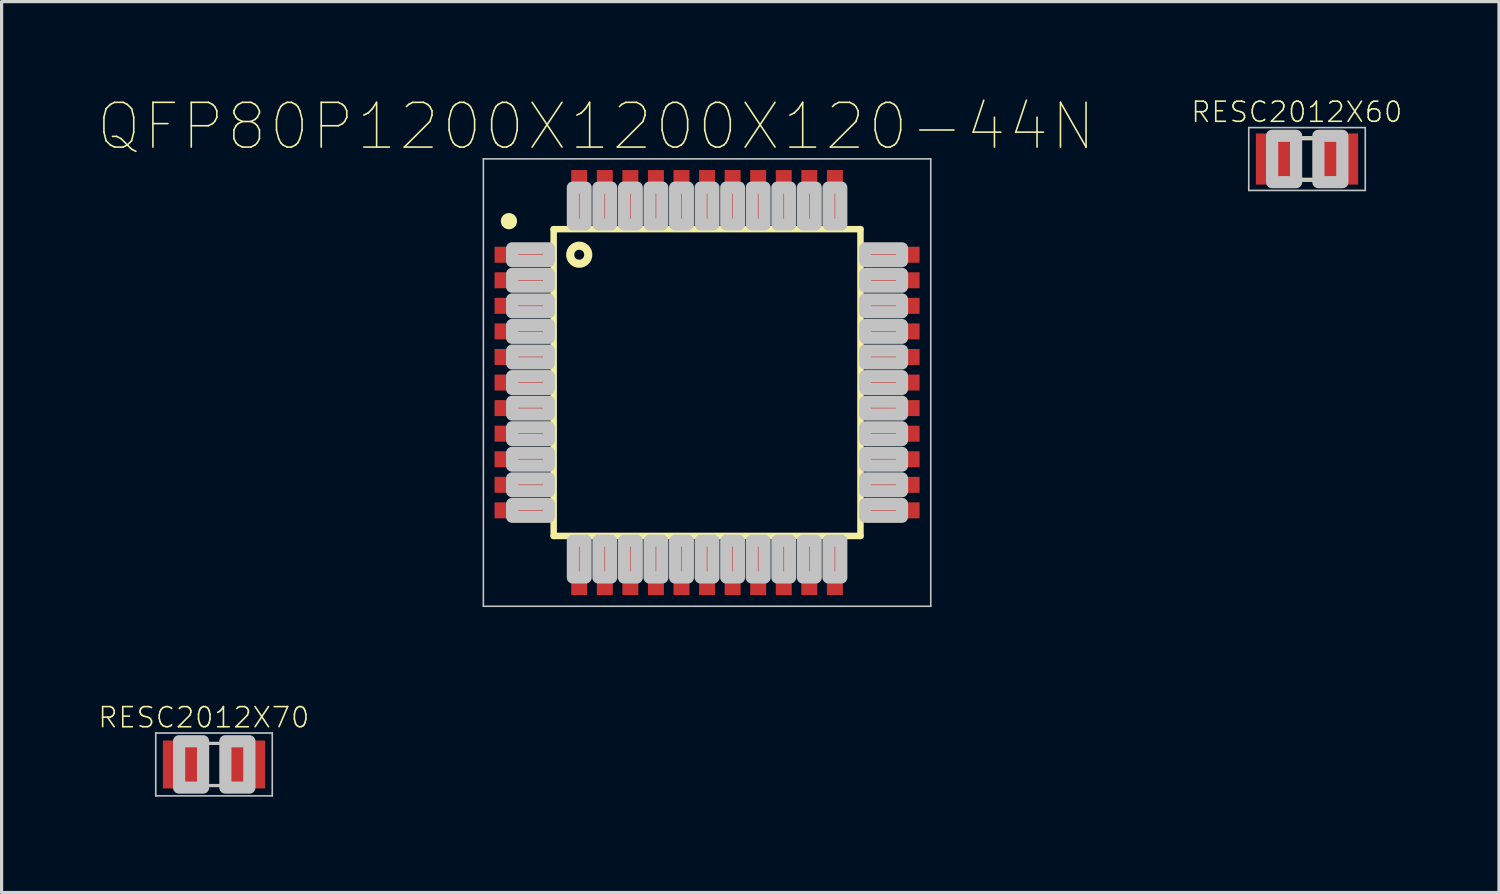
<source format=kicad_pcb>
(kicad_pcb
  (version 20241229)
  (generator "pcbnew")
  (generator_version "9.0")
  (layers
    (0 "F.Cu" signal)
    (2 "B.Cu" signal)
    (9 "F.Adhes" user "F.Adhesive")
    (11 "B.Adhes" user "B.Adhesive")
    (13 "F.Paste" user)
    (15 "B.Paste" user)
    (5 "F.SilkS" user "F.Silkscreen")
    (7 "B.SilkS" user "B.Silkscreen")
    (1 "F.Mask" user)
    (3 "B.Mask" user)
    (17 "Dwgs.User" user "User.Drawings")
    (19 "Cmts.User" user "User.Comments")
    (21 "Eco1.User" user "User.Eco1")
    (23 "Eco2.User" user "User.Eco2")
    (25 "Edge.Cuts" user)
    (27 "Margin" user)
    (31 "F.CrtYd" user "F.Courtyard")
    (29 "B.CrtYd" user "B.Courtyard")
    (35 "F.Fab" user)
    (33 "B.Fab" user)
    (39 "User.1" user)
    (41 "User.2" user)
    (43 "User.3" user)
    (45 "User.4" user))
  (footprint "RESC2012X70"
    (layer "F.Cu")
    (at 3.647 20.872)
    (property "Reference" "RESC2012X70" (at -0.32 -1.47 0) (layer "F.SilkS") (effects (font (size 0.63 0.63) (thickness 0.05))))
    (attr smd)
    (fp_line (start -1.823 -0.983) (end 1.823 -0.983) (stroke (width 0.051) (type solid)) (layer "Dwgs.User"))
    (fp_line (start -1.823 0.983) (end -1.823 -0.983) (stroke (width 0.051) (type solid)) (layer "Dwgs.User"))
    (fp_line (start -0.381 -0.66) (end 0.381 -0.66) (stroke (width 0.102) (type solid)) (layer "Dwgs.User"))
    (fp_line (start -0.356 0.66) (end 0.381 0.66) (stroke (width 0.102) (type solid)) (layer "Dwgs.User"))
    (fp_line (start 1.823 -0.983) (end 1.823 0.983) (stroke (width 0.051) (type solid)) (layer "Dwgs.User"))
    (fp_line (start 1.823 0.983) (end -1.823 0.983) (stroke (width 0.051) (type solid)) (layer "Dwgs.User"))
    (fp_poly (pts (xy -1.092 -0.726) (xy -0.342 -0.726) (xy -0.342 0.724) (xy -1.092 0.724)) (stroke (width 0.381) (type solid)) (fill no) (layer "Dwgs.User"))
    (fp_poly (pts (xy 0.356 -0.726) (xy 1.106 -0.726) (xy 1.106 0.724) (xy 0.356 0.724)) (stroke (width 0.381) (type solid)) (fill no) (layer "Dwgs.User"))
    (pad "1" smd rect (at -0.95 0) (size 1.3 1.5) (layers "F.Cu" "F.Mask" "F.Paste"))
    (pad "2" smd rect (at 0.95 0) (size 1.3 1.5) (layers "F.Cu" "F.Mask" "F.Paste")))
  (footprint "RESC2012X60"
    (layer "F.Cu")
    (at 37.85 1.926)
    (property "Reference" "RESC2012X60" (at -0.32 -1.47 0) (layer "F.SilkS") (effects (font (size 0.63 0.63) (thickness 0.05))))
    (attr smd)
    (fp_line (start -0.15 -0.65) (end 0.15 -0.65) (stroke (width 0.127) (type solid)) (layer "F.SilkS"))
    (fp_line (start -0.15 0.65) (end 0.15 0.65) (stroke (width 0.127) (type solid)) (layer "F.SilkS"))
    (fp_line (start -1.823 -0.983) (end 1.823 -0.983) (stroke (width 0.051) (type solid)) (layer "Dwgs.User"))
    (fp_line (start -1.823 0.983) (end -1.823 -0.983) (stroke (width 0.051) (type solid)) (layer "Dwgs.User"))
    (fp_line (start -0.381 -0.66) (end 0.381 -0.66) (stroke (width 0.102) (type solid)) (layer "Dwgs.User"))
    (fp_line (start -0.356 0.66) (end 0.381 0.66) (stroke (width 0.102) (type solid)) (layer "Dwgs.User"))
    (fp_line (start 1.823 -0.983) (end 1.823 0.983) (stroke (width 0.051) (type solid)) (layer "Dwgs.User"))
    (fp_line (start 1.823 0.983) (end -1.823 0.983) (stroke (width 0.051) (type solid)) (layer "Dwgs.User"))
    (fp_poly (pts (xy -1.092 -0.726) (xy -0.342 -0.726) (xy -0.342 0.724) (xy -1.092 0.724)) (stroke (width 0.381) (type solid)) (fill no) (layer "Dwgs.User"))
    (fp_poly (pts (xy 0.356 -0.726) (xy 1.106 -0.726) (xy 1.106 0.724) (xy 0.356 0.724)) (stroke (width 0.381) (type solid)) (fill no) (layer "Dwgs.User"))
    (pad "1" smd rect (at -0.95 0) (size 1.3 1.6) (layers "F.Cu" "F.Mask" "F.Paste"))
    (pad "2" smd rect (at 0.95 0) (size 1.3 1.6) (layers "F.Cu" "F.Mask" "F.Paste")))
  (footprint "QFP80P1200X1200X120-44N"
    (layer "F.Cu")
    (at 19.076 8.921)
    (property "Reference" "QFP80P1200X1200X120-44N" (at -3.474 -8.014 0) (layer "F.SilkS") (effects (font (size 1.4 1.4) (thickness 0.05))))
    (attr smd)
    (fp_line (start -4.8 -4.8) (end 4.8 -4.8) (stroke (width 0.203) (type solid)) (layer "F.SilkS"))
    (fp_line (start -4.8 4.8) (end -4.8 -4.8) (stroke (width 0.203) (type solid)) (layer "F.SilkS"))
    (fp_line (start 4.8 -4.8) (end 4.8 4.8) (stroke (width 0.203) (type solid)) (layer "F.SilkS"))
    (fp_line (start 4.8 4.8) (end -4.8 4.8) (stroke (width 0.203) (type solid)) (layer "F.SilkS"))
    (fp_circle (center -6.2 -5.05) (end -5.946 -5.05) (stroke (width 0) (type solid)) (fill yes) (layer "F.SilkS"))
    (fp_circle (center -4 -4) (end -3.717 -4) (stroke (width 0.254) (type solid)) (fill no) (layer "F.SilkS"))
    (fp_line (start -7 -7) (end 7 -7) (stroke (width 0.05) (type solid)) (layer "Dwgs.User"))
    (fp_line (start -7 7) (end -7 -7) (stroke (width 0.05) (type solid)) (layer "Dwgs.User"))
    (fp_line (start 7 -7) (end 7 7) (stroke (width 0.05) (type solid)) (layer "Dwgs.User"))
    (fp_line (start 7 7) (end -7 7) (stroke (width 0.05) (type solid)) (layer "Dwgs.User"))
    (fp_poly (pts (xy -6.1 -4.2) (xy -4.95 -4.2) (xy -4.95 -3.8) (xy -6.1 -3.8)) (stroke (width 0.381) (type solid)) (fill no) (layer "Dwgs.User"))
    (fp_poly (pts (xy -6.1 -3.4) (xy -4.95 -3.4) (xy -4.95 -3) (xy -6.1 -3)) (stroke (width 0.381) (type solid)) (fill no) (layer "Dwgs.User"))
    (fp_poly (pts (xy -6.1 -2.6) (xy -4.95 -2.6) (xy -4.95 -2.2) (xy -6.1 -2.2)) (stroke (width 0.381) (type solid)) (fill no) (layer "Dwgs.User"))
    (fp_poly (pts (xy -6.1 -1.8) (xy -4.95 -1.8) (xy -4.95 -1.4) (xy -6.1 -1.4)) (stroke (width 0.381) (type solid)) (fill no) (layer "Dwgs.User"))
    (fp_poly (pts (xy -6.1 -1) (xy -4.95 -1) (xy -4.95 -0.6) (xy -6.1 -0.6)) (stroke (width 0.381) (type solid)) (fill no) (layer "Dwgs.User"))
    (fp_poly (pts (xy -6.1 -0.2) (xy -4.95 -0.2) (xy -4.95 0.2) (xy -6.1 0.2)) (stroke (width 0.381) (type solid)) (fill no) (layer "Dwgs.User"))
    (fp_poly (pts (xy -6.1 0.6) (xy -4.95 0.6) (xy -4.95 1) (xy -6.1 1)) (stroke (width 0.381) (type solid)) (fill no) (layer "Dwgs.User"))
    (fp_poly (pts (xy -6.1 1.4) (xy -4.95 1.4) (xy -4.95 1.8) (xy -6.1 1.8)) (stroke (width 0.381) (type solid)) (fill no) (layer "Dwgs.User"))
    (fp_poly (pts (xy -6.1 2.2) (xy -4.95 2.2) (xy -4.95 2.6) (xy -6.1 2.6)) (stroke (width 0.381) (type solid)) (fill no) (layer "Dwgs.User"))
    (fp_poly (pts (xy -6.1 3) (xy -4.95 3) (xy -4.95 3.4) (xy -6.1 3.4)) (stroke (width 0.381) (type solid)) (fill no) (layer "Dwgs.User"))
    (fp_poly (pts (xy -6.1 3.8) (xy -4.95 3.8) (xy -4.95 4.2) (xy -6.1 4.2)) (stroke (width 0.381) (type solid)) (fill no) (layer "Dwgs.User"))
    (fp_poly (pts (xy -4.2 -6.1) (xy -3.8 -6.1) (xy -3.8 -4.95) (xy -4.2 -4.95)) (stroke (width 0.381) (type solid)) (fill no) (layer "Dwgs.User"))
    (fp_poly (pts (xy -4.2 4.95) (xy -3.8 4.95) (xy -3.8 6.1) (xy -4.2 6.1)) (stroke (width 0.381) (type solid)) (fill no) (layer "Dwgs.User"))
    (fp_poly (pts (xy -3.4 -6.1) (xy -3 -6.1) (xy -3 -4.95) (xy -3.4 -4.95)) (stroke (width 0.381) (type solid)) (fill no) (layer "Dwgs.User"))
    (fp_poly (pts (xy -3.4 4.95) (xy -3 4.95) (xy -3 6.1) (xy -3.4 6.1)) (stroke (width 0.381) (type solid)) (fill no) (layer "Dwgs.User"))
    (fp_poly (pts (xy -2.6 -6.1) (xy -2.2 -6.1) (xy -2.2 -4.95) (xy -2.6 -4.95)) (stroke (width 0.381) (type solid)) (fill no) (layer "Dwgs.User"))
    (fp_poly (pts (xy -2.6 4.95) (xy -2.2 4.95) (xy -2.2 6.1) (xy -2.6 6.1)) (stroke (width 0.381) (type solid)) (fill no) (layer "Dwgs.User"))
    (fp_poly (pts (xy -1.8 -6.1) (xy -1.4 -6.1) (xy -1.4 -4.95) (xy -1.8 -4.95)) (stroke (width 0.381) (type solid)) (fill no) (layer "Dwgs.User"))
    (fp_poly (pts (xy -1.8 4.95) (xy -1.4 4.95) (xy -1.4 6.1) (xy -1.8 6.1)) (stroke (width 0.381) (type solid)) (fill no) (layer "Dwgs.User"))
    (fp_poly (pts (xy -1 -6.1) (xy -0.6 -6.1) (xy -0.6 -4.95) (xy -1 -4.95)) (stroke (width 0.381) (type solid)) (fill no) (layer "Dwgs.User"))
    (fp_poly (pts (xy -1 4.95) (xy -0.6 4.95) (xy -0.6 6.1) (xy -1 6.1)) (stroke (width 0.381) (type solid)) (fill no) (layer "Dwgs.User"))
    (fp_poly (pts (xy -0.2 -6.1) (xy 0.2 -6.1) (xy 0.2 -4.95) (xy -0.2 -4.95)) (stroke (width 0.381) (type solid)) (fill no) (layer "Dwgs.User"))
    (fp_poly (pts (xy -0.2 4.95) (xy 0.2 4.95) (xy 0.2 6.1) (xy -0.2 6.1)) (stroke (width 0.381) (type solid)) (fill no) (layer "Dwgs.User"))
    (fp_poly (pts (xy 0.6 -6.1) (xy 1 -6.1) (xy 1 -4.95) (xy 0.6 -4.95)) (stroke (width 0.381) (type solid)) (fill no) (layer "Dwgs.User"))
    (fp_poly (pts (xy 0.6 4.95) (xy 1 4.95) (xy 1 6.1) (xy 0.6 6.1)) (stroke (width 0.381) (type solid)) (fill no) (layer "Dwgs.User"))
    (fp_poly (pts (xy 1.4 -6.1) (xy 1.8 -6.1) (xy 1.8 -4.95) (xy 1.4 -4.95)) (stroke (width 0.381) (type solid)) (fill no) (layer "Dwgs.User"))
    (fp_poly (pts (xy 1.4 4.95) (xy 1.8 4.95) (xy 1.8 6.1) (xy 1.4 6.1)) (stroke (width 0.381) (type solid)) (fill no) (layer "Dwgs.User"))
    (fp_poly (pts (xy 2.2 -6.1) (xy 2.6 -6.1) (xy 2.6 -4.95) (xy 2.2 -4.95)) (stroke (width 0.381) (type solid)) (fill no) (layer "Dwgs.User"))
    (fp_poly (pts (xy 2.2 4.95) (xy 2.6 4.95) (xy 2.6 6.1) (xy 2.2 6.1)) (stroke (width 0.381) (type solid)) (fill no) (layer "Dwgs.User"))
    (fp_poly (pts (xy 3 -6.1) (xy 3.4 -6.1) (xy 3.4 -4.95) (xy 3 -4.95)) (stroke (width 0.381) (type solid)) (fill no) (layer "Dwgs.User"))
    (fp_poly (pts (xy 3 4.95) (xy 3.4 4.95) (xy 3.4 6.1) (xy 3 6.1)) (stroke (width 0.381) (type solid)) (fill no) (layer "Dwgs.User"))
    (fp_poly (pts (xy 3.8 -6.1) (xy 4.2 -6.1) (xy 4.2 -4.95) (xy 3.8 -4.95)) (stroke (width 0.381) (type solid)) (fill no) (layer "Dwgs.User"))
    (fp_poly (pts (xy 3.8 4.95) (xy 4.2 4.95) (xy 4.2 6.1) (xy 3.8 6.1)) (stroke (width 0.381) (type solid)) (fill no) (layer "Dwgs.User"))
    (fp_poly (pts (xy 4.95 -4.2) (xy 6.1 -4.2) (xy 6.1 -3.8) (xy 4.95 -3.8)) (stroke (width 0.381) (type solid)) (fill no) (layer "Dwgs.User"))
    (fp_poly (pts (xy 4.95 -3.4) (xy 6.1 -3.4) (xy 6.1 -3) (xy 4.95 -3)) (stroke (width 0.381) (type solid)) (fill no) (layer "Dwgs.User"))
    (fp_poly (pts (xy 4.95 -2.6) (xy 6.1 -2.6) (xy 6.1 -2.2) (xy 4.95 -2.2)) (stroke (width 0.381) (type solid)) (fill no) (layer "Dwgs.User"))
    (fp_poly (pts (xy 4.95 -1.8) (xy 6.1 -1.8) (xy 6.1 -1.4) (xy 4.95 -1.4)) (stroke (width 0.381) (type solid)) (fill no) (layer "Dwgs.User"))
    (fp_poly (pts (xy 4.95 -1) (xy 6.1 -1) (xy 6.1 -0.6) (xy 4.95 -0.6)) (stroke (width 0.381) (type solid)) (fill no) (layer "Dwgs.User"))
    (fp_poly (pts (xy 4.95 -0.2) (xy 6.1 -0.2) (xy 6.1 0.2) (xy 4.95 0.2)) (stroke (width 0.381) (type solid)) (fill no) (layer "Dwgs.User"))
    (fp_poly (pts (xy 4.95 0.6) (xy 6.1 0.6) (xy 6.1 1) (xy 4.95 1)) (stroke (width 0.381) (type solid)) (fill no) (layer "Dwgs.User"))
    (fp_poly (pts (xy 4.95 1.4) (xy 6.1 1.4) (xy 6.1 1.8) (xy 4.95 1.8)) (stroke (width 0.381) (type solid)) (fill no) (layer "Dwgs.User"))
    (fp_poly (pts (xy 4.95 2.2) (xy 6.1 2.2) (xy 6.1 2.6) (xy 4.95 2.6)) (stroke (width 0.381) (type solid)) (fill no) (layer "Dwgs.User"))
    (fp_poly (pts (xy 4.95 3) (xy 6.1 3) (xy 6.1 3.4) (xy 4.95 3.4)) (stroke (width 0.381) (type solid)) (fill no) (layer "Dwgs.User"))
    (fp_poly (pts (xy 4.95 3.8) (xy 6.1 3.8) (xy 6.1 4.2) (xy 4.95 4.2)) (stroke (width 0.381) (type solid)) (fill no) (layer "Dwgs.User"))
    (pad "1" smd rect (at -5.9 -4) (size 1.5 0.5) (layers "F.Cu" "F.Mask" "F.Paste"))
    (pad "2" smd rect (at -5.9 -3.2) (size 1.5 0.5) (layers "F.Cu" "F.Mask" "F.Paste"))
    (pad "3" smd rect (at -5.9 -2.4) (size 1.5 0.5) (layers "F.Cu" "F.Mask" "F.Paste"))
    (pad "4" smd rect (at -5.9 -1.6) (size 1.5 0.5) (layers "F.Cu" "F.Mask" "F.Paste"))
    (pad "5" smd rect (at -5.9 -0.8) (size 1.5 0.5) (layers "F.Cu" "F.Mask" "F.Paste"))
    (pad "6" smd rect (at -5.9 0) (size 1.5 0.5) (layers "F.Cu" "F.Mask" "F.Paste"))
    (pad "7" smd rect (at -5.9 0.8) (size 1.5 0.5) (layers "F.Cu" "F.Mask" "F.Paste"))
    (pad "8" smd rect (at -5.9 1.6) (size 1.5 0.5) (layers "F.Cu" "F.Mask" "F.Paste"))
    (pad "9" smd rect (at -5.9 2.4) (size 1.5 0.5) (layers "F.Cu" "F.Mask" "F.Paste"))
    (pad "10" smd rect (at -5.9 3.2) (size 1.5 0.5) (layers "F.Cu" "F.Mask" "F.Paste"))
    (pad "11" smd rect (at -5.9 4) (size 1.5 0.5) (layers "F.Cu" "F.Mask" "F.Paste"))
    (pad "12" smd rect (at -4 5.9) (size 0.5 1.5) (layers "F.Cu" "F.Mask" "F.Paste"))
    (pad "13" smd rect (at -3.2 5.9) (size 0.5 1.5) (layers "F.Cu" "F.Mask" "F.Paste"))
    (pad "14" smd rect (at -2.4 5.9) (size 0.5 1.5) (layers "F.Cu" "F.Mask" "F.Paste"))
    (pad "15" smd rect (at -1.6 5.9) (size 0.5 1.5) (layers "F.Cu" "F.Mask" "F.Paste"))
    (pad "16" smd rect (at -0.8 5.9) (size 0.5 1.5) (layers "F.Cu" "F.Mask" "F.Paste"))
    (pad "17" smd rect (at 0 5.9) (size 0.5 1.5) (layers "F.Cu" "F.Mask" "F.Paste"))
    (pad "18" smd rect (at 0.8 5.9) (size 0.5 1.5) (layers "F.Cu" "F.Mask" "F.Paste"))
    (pad "19" smd rect (at 1.6 5.9) (size 0.5 1.5) (layers "F.Cu" "F.Mask" "F.Paste"))
    (pad "20" smd rect (at 2.4 5.9) (size 0.5 1.5) (layers "F.Cu" "F.Mask" "F.Paste"))
    (pad "21" smd rect (at 3.2 5.9) (size 0.5 1.5) (layers "F.Cu" "F.Mask" "F.Paste"))
    (pad "22" smd rect (at 4 5.9) (size 0.5 1.5) (layers "F.Cu" "F.Mask" "F.Paste"))
    (pad "23" smd rect (at 5.9 4) (size 1.5 0.5) (layers "F.Cu" "F.Mask" "F.Paste"))
    (pad "24" smd rect (at 5.9 3.2) (size 1.5 0.5) (layers "F.Cu" "F.Mask" "F.Paste"))
    (pad "25" smd rect (at 5.9 2.4) (size 1.5 0.5) (layers "F.Cu" "F.Mask" "F.Paste"))
    (pad "26" smd rect (at 5.9 1.6) (size 1.5 0.5) (layers "F.Cu" "F.Mask" "F.Paste"))
    (pad "27" smd rect (at 5.9 0.8) (size 1.5 0.5) (layers "F.Cu" "F.Mask" "F.Paste"))
    (pad "28" smd rect (at 5.9 0) (size 1.5 0.5) (layers "F.Cu" "F.Mask" "F.Paste"))
    (pad "29" smd rect (at 5.9 -0.8) (size 1.5 0.5) (layers "F.Cu" "F.Mask" "F.Paste"))
    (pad "30" smd rect (at 5.9 -1.6) (size 1.5 0.5) (layers "F.Cu" "F.Mask" "F.Paste"))
    (pad "31" smd rect (at 5.9 -2.4) (size 1.5 0.5) (layers "F.Cu" "F.Mask" "F.Paste"))
    (pad "32" smd rect (at 5.9 -3.2) (size 1.5 0.5) (layers "F.Cu" "F.Mask" "F.Paste"))
    (pad "33" smd rect (at 5.9 -4) (size 1.5 0.5) (layers "F.Cu" "F.Mask" "F.Paste"))
    (pad "34" smd rect (at 4 -5.9) (size 0.5 1.5) (layers "F.Cu" "F.Mask" "F.Paste"))
    (pad "35" smd rect (at 3.2 -5.9) (size 0.5 1.5) (layers "F.Cu" "F.Mask" "F.Paste"))
    (pad "36" smd rect (at 2.4 -5.9) (size 0.5 1.5) (layers "F.Cu" "F.Mask" "F.Paste"))
    (pad "37" smd rect (at 1.6 -5.9) (size 0.5 1.5) (layers "F.Cu" "F.Mask" "F.Paste"))
    (pad "38" smd rect (at 0.8 -5.9) (size 0.5 1.5) (layers "F.Cu" "F.Mask" "F.Paste"))
    (pad "39" smd rect (at 0 -5.9) (size 0.5 1.5) (layers "F.Cu" "F.Mask" "F.Paste"))
    (pad "40" smd rect (at -0.8 -5.9) (size 0.5 1.5) (layers "F.Cu" "F.Mask" "F.Paste"))
    (pad "41" smd rect (at -1.6 -5.9) (size 0.5 1.5) (layers "F.Cu" "F.Mask" "F.Paste"))
    (pad "42" smd rect (at -2.4 -5.9) (size 0.5 1.5) (layers "F.Cu" "F.Mask" "F.Paste"))
    (pad "43" smd rect (at -3.2 -5.9) (size 0.5 1.5) (layers "F.Cu" "F.Mask" "F.Paste"))
    (pad "44" smd rect (at -4 -5.9) (size 0.5 1.5) (layers "F.Cu" "F.Mask" "F.Paste")))
  (gr_rect
    (start -3 -3)
    (end 43.857 24.88)
    (stroke (width 0.1) (type default))
    (fill no)
    (layer "Edge.Cuts")))
</source>
